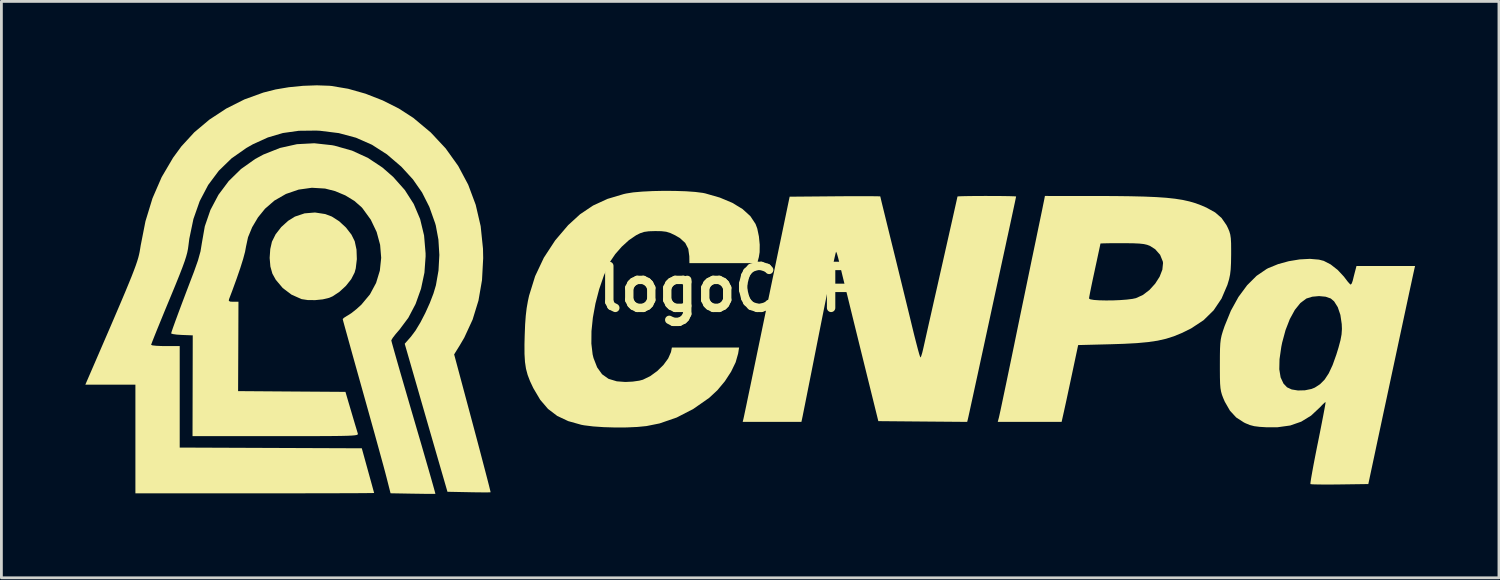
<source format=kicad_pcb>
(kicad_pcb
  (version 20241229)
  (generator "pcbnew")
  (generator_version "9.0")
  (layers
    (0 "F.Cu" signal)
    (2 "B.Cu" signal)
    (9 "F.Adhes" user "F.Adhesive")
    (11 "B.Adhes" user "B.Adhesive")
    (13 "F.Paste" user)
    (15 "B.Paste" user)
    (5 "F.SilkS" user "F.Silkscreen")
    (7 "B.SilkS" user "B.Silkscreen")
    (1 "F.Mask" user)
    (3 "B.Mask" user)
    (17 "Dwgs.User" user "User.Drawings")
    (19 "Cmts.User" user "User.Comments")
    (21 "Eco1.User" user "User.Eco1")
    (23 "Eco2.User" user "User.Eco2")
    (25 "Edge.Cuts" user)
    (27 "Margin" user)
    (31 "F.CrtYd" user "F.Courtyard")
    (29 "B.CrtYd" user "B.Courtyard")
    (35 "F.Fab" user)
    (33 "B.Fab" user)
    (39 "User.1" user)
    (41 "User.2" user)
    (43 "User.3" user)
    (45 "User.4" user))
  (footprint "logoCNPq"
    (layer "F.Cu")
    (at 23.766 7.277)
    (property "Reference" "logoCNPq" (at 0 0 0) (layer "F.SilkS") (effects (font (size 1.5 1.5) (thickness 0.3))))
    (attr board_only exclude_from_pos_files exclude_from_bom)
    (fp_poly (pts (xy -15.19 -2.675) (xy -14.956 -2.587) (xy -14.692 -2.418) (xy -14.448 -2.192) (xy -14.252 -1.938) (xy -14.136 -1.703) (xy -14.072 -1.403) (xy -14.06 -1.063) (xy -14.099 -0.734) (xy -14.14 -0.584) (xy -14.261 -0.348) (xy -14.451 -0.109) (xy -14.683 0.105) (xy -14.929 0.267) (xy -15.051 0.32) (xy -15.278 0.374) (xy -15.547 0.401) (xy -15.813 0.399) (xy -16.031 0.366) (xy -16.047 0.361) (xy -16.398 0.204) (xy -16.709 -0.031) (xy -16.958 -0.326) (xy -17.079 -0.545) (xy -17.151 -0.8) (xy -17.177 -1.107) (xy -17.155 -1.425) (xy -17.095 -1.688) (xy -16.964 -1.951) (xy -16.762 -2.211) (xy -16.513 -2.436) (xy -16.275 -2.584) (xy -15.928 -2.7) (xy -15.556 -2.731)) (stroke (width 0) (type solid)) (fill yes) (layer "F.SilkS"))
    (fp_poly (pts (xy -2.681 -3.502) (xy -2.299 -3.49) (xy -1.963 -3.466) (xy -1.694 -3.432) (xy -1.61 -3.415) (xy -1.085 -3.264) (xy -0.637 -3.076) (xy -0.272 -2.854) (xy 0.006 -2.601) (xy 0.192 -2.321) (xy 0.253 -2.158) (xy 0.312 -1.876) (xy 0.341 -1.581) (xy 0.338 -1.312) (xy 0.31 -1.137) (xy 0.252 -0.92) (xy -0.96 -0.92) (xy -2.172 -0.92) (xy -2.176 -1.168) (xy -2.213 -1.432) (xy -2.322 -1.644) (xy -2.516 -1.819) (xy -2.682 -1.916) (xy -2.853 -1.997) (xy -3.001 -2.043) (xy -3.167 -2.063) (xy -3.393 -2.067) (xy -3.395 -2.067) (xy -3.624 -2.06) (xy -3.791 -2.037) (xy -3.935 -1.989) (xy -4.076 -1.918) (xy -4.331 -1.745) (xy -4.591 -1.508) (xy -4.826 -1.24) (xy -5.006 -0.973) (xy -5.028 -0.931) (xy -5.23 -0.478) (xy -5.398 0.012) (xy -5.53 0.519) (xy -5.623 1.026) (xy -5.673 1.511) (xy -5.677 1.956) (xy -5.632 2.341) (xy -5.6 2.472) (xy -5.47 2.806) (xy -5.294 3.051) (xy -5.063 3.215) (xy -4.767 3.304) (xy -4.462 3.327) (xy -4.199 3.314) (xy -3.962 3.28) (xy -3.835 3.246) (xy -3.575 3.12) (xy -3.323 2.937) (xy -3.101 2.719) (xy -2.931 2.487) (xy -2.833 2.264) (xy -2.826 2.236) (xy -2.798 2.095) (xy -1.597 2.095) (xy -0.396 2.095) (xy -0.43 2.31) (xy -0.519 2.623) (xy -0.683 2.961) (xy -0.905 3.302) (xy -1.171 3.621) (xy -1.466 3.895) (xy -1.467 3.896) (xy -2.034 4.292) (xy -2.627 4.598) (xy -3.239 4.809) (xy -3.706 4.903) (xy -4.032 4.935) (xy -4.416 4.952) (xy -4.826 4.954) (xy -5.235 4.942) (xy -5.613 4.916) (xy -5.93 4.877) (xy -6.034 4.858) (xy -6.505 4.726) (xy -6.897 4.541) (xy -7.226 4.291) (xy -7.505 3.965) (xy -7.749 3.552) (xy -7.755 3.541) (xy -7.87 3.297) (xy -7.955 3.075) (xy -8.014 2.853) (xy -8.05 2.61) (xy -8.067 2.325) (xy -8.068 1.975) (xy -8.06 1.662) (xy -8.045 1.274) (xy -8.022 0.959) (xy -7.99 0.688) (xy -7.945 0.433) (xy -7.904 0.244) (xy -7.687 -0.455) (xy -7.376 -1.114) (xy -6.97 -1.735) (xy -6.506 -2.279) (xy -6.077 -2.671) (xy -5.614 -2.981) (xy -5.101 -3.217) (xy -4.52 -3.39) (xy -4.431 -3.41) (xy -4.181 -3.45) (xy -3.857 -3.478) (xy -3.483 -3.497) (xy -3.083 -3.505)) (stroke (width 0) (type solid)) (fill yes) (layer "F.SilkS"))
    (fp_poly (pts (xy 12.334 -3.321) (xy 13.006 -3.319) (xy 13.586 -3.312) (xy 14.085 -3.3) (xy 14.511 -3.282) (xy 14.876 -3.257) (xy 15.19 -3.223) (xy 15.463 -3.18) (xy 15.704 -3.126) (xy 15.925 -3.061) (xy 16.134 -2.982) (xy 16.311 -2.905) (xy 16.62 -2.734) (xy 16.851 -2.533) (xy 17.026 -2.28) (xy 17.08 -2.172) (xy 17.128 -2.057) (xy 17.161 -1.944) (xy 17.181 -1.81) (xy 17.191 -1.633) (xy 17.193 -1.388) (xy 17.193 -1.227) (xy 17.188 -0.923) (xy 17.176 -0.694) (xy 17.154 -0.509) (xy 17.118 -0.34) (xy 17.064 -0.16) (xy 17.058 -0.141) (xy 16.849 0.347) (xy 16.567 0.766) (xy 16.207 1.119) (xy 15.766 1.41) (xy 15.709 1.44) (xy 15.422 1.58) (xy 15.147 1.693) (xy 14.867 1.782) (xy 14.564 1.851) (xy 14.224 1.901) (xy 13.828 1.938) (xy 13.361 1.963) (xy 12.902 1.978) (xy 11.724 2.008) (xy 11.506 3.036) (xy 11.434 3.373) (xy 11.364 3.7) (xy 11.301 3.995) (xy 11.248 4.236) (xy 11.212 4.4) (xy 11.21 4.408) (xy 11.133 4.753) (xy 9.991 4.753) (xy 8.85 4.753) (xy 8.894 4.587) (xy 8.912 4.505) (xy 8.95 4.333) (xy 9.003 4.082) (xy 9.07 3.762) (xy 9.15 3.383) (xy 9.239 2.955) (xy 9.336 2.489) (xy 9.438 1.996) (xy 9.454 1.916) (xy 9.56 1.401) (xy 9.664 0.896) (xy 9.764 0.415) (xy 9.779 0.344) (xy 12.112 0.344) (xy 12.16 0.373) (xy 12.289 0.395) (xy 12.481 0.408) (xy 12.714 0.413) (xy 12.969 0.411) (xy 13.226 0.4) (xy 13.464 0.382) (xy 13.665 0.357) (xy 13.791 0.33) (xy 14.04 0.216) (xy 14.274 0.037) (xy 14.477 -0.187) (xy 14.636 -0.435) (xy 14.734 -0.687) (xy 14.758 -0.923) (xy 14.75 -0.98) (xy 14.654 -1.218) (xy 14.477 -1.419) (xy 14.289 -1.538) (xy 14.189 -1.576) (xy 14.071 -1.603) (xy 13.916 -1.62) (xy 13.704 -1.63) (xy 13.417 -1.634) (xy 13.301 -1.634) (xy 13.031 -1.634) (xy 12.802 -1.632) (xy 12.631 -1.628) (xy 12.535 -1.624) (xy 12.521 -1.621) (xy 12.511 -1.569) (xy 12.482 -1.433) (xy 12.438 -1.229) (xy 12.383 -0.971) (xy 12.319 -0.677) (xy 12.317 -0.664) (xy 12.252 -0.365) (xy 12.196 -0.097) (xy 12.152 0.121) (xy 12.123 0.274) (xy 12.112 0.343) (xy 12.112 0.344) (xy 9.779 0.344) (xy 9.856 -0.029) (xy 9.938 -0.425) (xy 10.007 -0.758) (xy 10.06 -1.017) (xy 10.096 -1.188) (xy 10.203 -1.7) (xy 10.296 -2.15) (xy 10.375 -2.529) (xy 10.438 -2.832) (xy 10.482 -3.05) (xy 10.508 -3.176) (xy 10.509 -3.181) (xy 10.536 -3.322)) (stroke (width 0) (type solid)) (fill yes) (layer "F.SilkS"))
    (fp_poly (pts (xy 20.332 -1.046) (xy 20.503 -1.002) (xy 20.749 -0.875) (xy 21 -0.679) (xy 21.223 -0.44) (xy 21.269 -0.379) (xy 21.365 -0.254) (xy 21.44 -0.172) (xy 21.468 -0.153) (xy 21.505 -0.197) (xy 21.539 -0.294) (xy 21.575 -0.441) (xy 21.619 -0.612) (xy 21.623 -0.626) (xy 21.673 -0.818) (xy 22.72 -0.818) (xy 23.767 -0.818) (xy 23.74 -0.703) (xy 23.724 -0.629) (xy 23.688 -0.465) (xy 23.636 -0.222) (xy 23.568 0.091) (xy 23.488 0.465) (xy 23.397 0.888) (xy 23.298 1.351) (xy 23.192 1.844) (xy 23.083 2.356) (xy 22.971 2.878) (xy 22.859 3.401) (xy 22.75 3.912) (xy 22.644 4.404) (xy 22.546 4.865) (xy 22.456 5.286) (xy 22.377 5.656) (xy 22.363 5.724) (xy 22.096 6.976) (xy 21.075 6.99) (xy 20.762 6.993) (xy 20.485 6.993) (xy 20.26 6.99) (xy 20.103 6.986) (xy 20.029 6.978) (xy 20.026 6.977) (xy 20.029 6.922) (xy 20.05 6.78) (xy 20.088 6.563) (xy 20.139 6.284) (xy 20.202 5.957) (xy 20.274 5.593) (xy 20.292 5.507) (xy 20.366 5.137) (xy 20.432 4.801) (xy 20.488 4.512) (xy 20.531 4.282) (xy 20.559 4.123) (xy 20.569 4.049) (xy 20.569 4.046) (xy 20.529 4.07) (xy 20.444 4.152) (xy 20.369 4.232) (xy 20.049 4.531) (xy 19.698 4.746) (xy 19.304 4.883) (xy 18.854 4.945) (xy 18.467 4.947) (xy 18.208 4.931) (xy 18.018 4.907) (xy 17.864 4.867) (xy 17.712 4.805) (xy 17.649 4.774) (xy 17.373 4.595) (xy 17.15 4.353) (xy 16.966 4.033) (xy 16.908 3.899) (xy 16.864 3.783) (xy 16.833 3.672) (xy 16.811 3.546) (xy 16.798 3.387) (xy 16.792 3.174) (xy 16.79 2.888) (xy 16.79 2.875) (xy 18.914 2.875) (xy 18.961 3.163) (xy 19.064 3.384) (xy 19.191 3.518) (xy 19.357 3.595) (xy 19.581 3.631) (xy 19.828 3.625) (xy 20.064 3.577) (xy 20.183 3.529) (xy 20.372 3.406) (xy 20.536 3.24) (xy 20.683 3.016) (xy 20.82 2.722) (xy 20.954 2.347) (xy 21.03 2.1) (xy 21.101 1.835) (xy 21.14 1.625) (xy 21.153 1.432) (xy 21.146 1.257) (xy 21.098 0.93) (xy 21.004 0.653) (xy 20.873 0.445) (xy 20.754 0.343) (xy 20.569 0.279) (xy 20.335 0.257) (xy 20.093 0.279) (xy 19.886 0.343) (xy 19.882 0.345) (xy 19.668 0.504) (xy 19.469 0.752) (xy 19.29 1.079) (xy 19.137 1.473) (xy 19.016 1.921) (xy 18.986 2.07) (xy 18.922 2.513) (xy 18.914 2.875) (xy 16.79 2.875) (xy 16.79 2.709) (xy 16.791 2.384) (xy 16.795 2.139) (xy 16.805 1.952) (xy 16.823 1.8) (xy 16.852 1.663) (xy 16.895 1.517) (xy 16.955 1.341) (xy 16.959 1.329) (xy 17.184 0.778) (xy 17.454 0.289) (xy 17.763 -0.129) (xy 18.102 -0.467) (xy 18.465 -0.714) (xy 18.519 -0.742) (xy 18.87 -0.885) (xy 19.252 -0.99) (xy 19.641 -1.054) (xy 20.009 -1.074)) (stroke (width 0) (type solid)) (fill yes) (layer "F.SilkS"))
    (fp_poly (pts (xy 8.773 -3.321) (xy 9.05 -3.319) (xy 9.274 -3.315) (xy 9.43 -3.31) (xy 9.502 -3.305) (xy 9.506 -3.303) (xy 9.495 -3.25) (xy 9.466 -3.11) (xy 9.42 -2.896) (xy 9.361 -2.62) (xy 9.291 -2.295) (xy 9.213 -1.934) (xy 9.196 -1.859) (xy 9.12 -1.505) (xy 9.025 -1.069) (xy 8.917 -0.57) (xy 8.799 -0.026) (xy 8.675 0.545) (xy 8.55 1.124) (xy 8.427 1.692) (xy 8.351 2.044) (xy 8.244 2.536) (xy 8.144 3) (xy 8.051 3.426) (xy 7.969 3.804) (xy 7.899 4.124) (xy 7.844 4.376) (xy 7.806 4.549) (xy 7.787 4.634) (xy 7.786 4.639) (xy 7.757 4.754) (xy 6.169 4.741) (xy 4.581 4.727) (xy 3.93 2.095) (xy 3.803 1.579) (xy 3.68 1.081) (xy 3.565 0.612) (xy 3.46 0.184) (xy 3.368 -0.192) (xy 3.291 -0.506) (xy 3.233 -0.747) (xy 3.196 -0.902) (xy 3.189 -0.933) (xy 3.143 -1.117) (xy 3.103 -1.256) (xy 3.074 -1.325) (xy 3.07 -1.328) (xy 3.055 -1.279) (xy 3.022 -1.139) (xy 2.973 -0.917) (xy 2.911 -0.62) (xy 2.836 -0.26) (xy 2.751 0.156) (xy 2.657 0.619) (xy 2.557 1.119) (xy 2.482 1.496) (xy 2.377 2.025) (xy 2.277 2.531) (xy 2.184 3.001) (xy 2.099 3.427) (xy 2.025 3.799) (xy 1.964 4.106) (xy 1.917 4.339) (xy 1.887 4.489) (xy 1.878 4.536) (xy 1.832 4.753) (xy 0.782 4.753) (xy -0.267 4.753) (xy -0.239 4.638) (xy -0.223 4.565) (xy -0.189 4.403) (xy -0.138 4.162) (xy -0.074 3.853) (xy 0.003 3.486) (xy 0.089 3.072) (xy 0.182 2.622) (xy 0.259 2.249) (xy 0.373 1.7) (xy 0.494 1.115) (xy 0.619 0.514) (xy 0.742 -0.079) (xy 0.859 -0.642) (xy 0.965 -1.154) (xy 1.056 -1.592) (xy 1.071 -1.661) (xy 1.411 -3.296) (xy 3.031 -3.31) (xy 3.426 -3.313) (xy 3.786 -3.314) (xy 4.1 -3.314) (xy 4.354 -3.313) (xy 4.537 -3.311) (xy 4.636 -3.308) (xy 4.651 -3.305) (xy 4.663 -3.253) (xy 4.696 -3.113) (xy 4.749 -2.897) (xy 4.818 -2.616) (xy 4.9 -2.281) (xy 4.993 -1.903) (xy 5.079 -1.554) (xy 5.196 -1.082) (xy 5.318 -0.584) (xy 5.441 -0.082) (xy 5.559 0.399) (xy 5.666 0.837) (xy 5.756 1.207) (xy 5.782 1.315) (xy 5.861 1.639) (xy 5.935 1.928) (xy 5.997 2.166) (xy 6.046 2.341) (xy 6.078 2.437) (xy 6.086 2.452) (xy 6.112 2.407) (xy 6.149 2.289) (xy 6.181 2.159) (xy 6.205 2.052) (xy 6.249 1.857) (xy 6.31 1.583) (xy 6.387 1.241) (xy 6.477 0.843) (xy 6.577 0.399) (xy 6.686 -0.08) (xy 6.799 -0.584) (xy 6.828 -0.709) (xy 6.94 -1.206) (xy 7.045 -1.672) (xy 7.141 -2.098) (xy 7.226 -2.474) (xy 7.297 -2.792) (xy 7.353 -3.041) (xy 7.391 -3.212) (xy 7.409 -3.296) (xy 7.41 -3.303) (xy 7.459 -3.309) (xy 7.595 -3.314) (xy 7.802 -3.318) (xy 8.067 -3.321) (xy 8.373 -3.322) (xy 8.458 -3.322)) (stroke (width 0) (type solid)) (fill yes) (layer "F.SilkS"))
    (fp_poly (pts (xy -14.949 -5.137) (xy -14.856 -5.119) (xy -14.233 -4.943) (xy -13.664 -4.683) (xy -13.14 -4.334) (xy -12.759 -4) (xy -12.346 -3.535) (xy -12.027 -3.036) (xy -11.798 -2.496) (xy -11.657 -1.911) (xy -11.603 -1.272) (xy -11.602 -1.165) (xy -11.644 -0.58) (xy -11.766 -0.006) (xy -11.96 0.538) (xy -12.22 1.033) (xy -12.538 1.459) (xy -12.548 1.47) (xy -12.678 1.621) (xy -12.776 1.748) (xy -12.825 1.83) (xy -12.828 1.841) (xy -12.814 1.901) (xy -12.773 2.049) (xy -12.709 2.277) (xy -12.624 2.576) (xy -12.521 2.936) (xy -12.401 3.349) (xy -12.268 3.806) (xy -12.125 4.297) (xy -12.033 4.611) (xy -11.885 5.117) (xy -11.746 5.591) (xy -11.62 6.027) (xy -11.508 6.415) (xy -11.413 6.745) (xy -11.338 7.01) (xy -11.285 7.2) (xy -11.257 7.306) (xy -11.253 7.327) (xy -11.307 7.328) (xy -11.445 7.328) (xy -11.65 7.326) (xy -11.903 7.322) (xy -12.062 7.32) (xy -12.855 7.306) (xy -13.001 6.732) (xy -13.044 6.568) (xy -13.111 6.318) (xy -13.2 5.994) (xy -13.306 5.608) (xy -13.426 5.173) (xy -13.558 4.7) (xy -13.697 4.202) (xy -13.84 3.691) (xy -13.856 3.634) (xy -13.993 3.145) (xy -14.122 2.685) (xy -14.239 2.266) (xy -14.342 1.895) (xy -14.429 1.581) (xy -14.497 1.336) (xy -14.543 1.167) (xy -14.564 1.084) (xy -14.565 1.077) (xy -14.525 1.036) (xy -14.422 0.97) (xy -14.376 0.944) (xy -14.244 0.858) (xy -14.077 0.725) (xy -13.909 0.573) (xy -13.897 0.562) (xy -13.592 0.196) (xy -13.372 -0.213) (xy -13.238 -0.653) (xy -13.19 -1.111) (xy -13.228 -1.575) (xy -13.352 -2.034) (xy -13.562 -2.474) (xy -13.859 -2.883) (xy -13.89 -2.918) (xy -14.147 -3.144) (xy -14.473 -3.343) (xy -14.839 -3.496) (xy -15.197 -3.587) (xy -15.67 -3.615) (xy -16.142 -3.549) (xy -16.594 -3.394) (xy -17.008 -3.156) (xy -17.342 -2.866) (xy -17.595 -2.554) (xy -17.802 -2.205) (xy -17.95 -1.846) (xy -18.023 -1.507) (xy -18.024 -1.5) (xy -18.056 -1.327) (xy -18.124 -1.072) (xy -18.226 -0.746) (xy -18.358 -0.363) (xy -18.514 0.066) (xy -18.63 0.371) (xy -18.637 0.43) (xy -18.582 0.455) (xy -18.479 0.46) (xy -18.292 0.46) (xy -18.298 2.057) (xy -18.305 3.654) (xy -16.386 3.668) (xy -14.467 3.681) (xy -14.359 4.051) (xy -14.287 4.294) (xy -14.207 4.565) (xy -14.128 4.831) (xy -14.06 5.056) (xy -14.024 5.175) (xy -14.023 5.193) (xy -14.036 5.209) (xy -14.072 5.223) (xy -14.139 5.234) (xy -14.243 5.243) (xy -14.393 5.25) (xy -14.595 5.255) (xy -14.859 5.259) (xy -15.19 5.261) (xy -15.598 5.263) (xy -16.089 5.264) (xy -16.671 5.264) (xy -16.965 5.264) (xy -19.934 5.264) (xy -19.93 3.462) (xy -19.926 1.661) (xy -20.312 1.646) (xy -20.496 1.634) (xy -20.632 1.615) (xy -20.696 1.594) (xy -20.698 1.589) (xy -20.68 1.527) (xy -20.629 1.378) (xy -20.548 1.153) (xy -20.44 0.86) (xy -20.309 0.51) (xy -20.158 0.11) (xy -19.991 -0.329) (xy -19.882 -0.613) (xy -19.74 -1.014) (xy -19.648 -1.344) (xy -19.603 -1.621) (xy -19.603 -1.622) (xy -19.495 -2.237) (xy -19.294 -2.821) (xy -19.007 -3.364) (xy -18.641 -3.854) (xy -18.202 -4.284) (xy -17.696 -4.643) (xy -17.402 -4.802) (xy -16.808 -5.038) (xy -16.201 -5.173) (xy -15.582 -5.206)) (stroke (width 0) (type solid)) (fill yes) (layer "F.SilkS"))
    (fp_poly (pts (xy -15.039 -7.261) (xy -14.968 -7.254) (xy -14.371 -7.154) (xy -13.751 -6.978) (xy -13.137 -6.738) (xy -12.558 -6.447) (xy -12.044 -6.115) (xy -12.044 -6.115) (xy -11.421 -5.595) (xy -10.885 -5.022) (xy -10.438 -4.397) (xy -10.079 -3.724) (xy -9.811 -3.005) (xy -9.634 -2.243) (xy -9.551 -1.439) (xy -9.544 -1.099) (xy -9.586 -0.314) (xy -9.712 0.415) (xy -9.922 1.098) (xy -10.22 1.743) (xy -10.386 2.026) (xy -10.582 2.341) (xy -9.924 4.798) (xy -9.795 5.281) (xy -9.675 5.733) (xy -9.567 6.144) (xy -9.472 6.506) (xy -9.393 6.809) (xy -9.333 7.043) (xy -9.295 7.198) (xy -9.279 7.267) (xy -9.279 7.269) (xy -9.332 7.273) (xy -9.469 7.274) (xy -9.672 7.273) (xy -9.923 7.27) (xy -10.057 7.267) (xy -10.821 7.252) (xy -11.083 6.348) (xy -11.163 6.072) (xy -11.265 5.719) (xy -11.384 5.308) (xy -11.514 4.859) (xy -11.648 4.393) (xy -11.782 3.929) (xy -11.847 3.702) (xy -12.349 1.961) (xy -12.127 1.709) (xy -11.963 1.49) (xy -11.787 1.198) (xy -11.613 0.861) (xy -11.453 0.507) (xy -11.32 0.161) (xy -11.234 -0.128) (xy -11.141 -0.658) (xy -11.111 -1.214) (xy -11.144 -1.761) (xy -11.238 -2.266) (xy -11.261 -2.346) (xy -11.469 -2.932) (xy -11.729 -3.447) (xy -12.056 -3.916) (xy -12.465 -4.363) (xy -12.478 -4.375) (xy -12.987 -4.811) (xy -13.521 -5.153) (xy -14.091 -5.404) (xy -14.705 -5.569) (xy -15.375 -5.652) (xy -15.511 -5.659) (xy -16.134 -5.652) (xy -16.703 -5.572) (xy -17.242 -5.413) (xy -17.776 -5.17) (xy -18.008 -5.038) (xy -18.54 -4.665) (xy -18.995 -4.223) (xy -19.375 -3.714) (xy -19.677 -3.139) (xy -19.902 -2.498) (xy -20.049 -1.793) (xy -20.079 -1.559) (xy -20.096 -1.433) (xy -20.122 -1.304) (xy -20.161 -1.158) (xy -20.217 -0.984) (xy -20.295 -0.769) (xy -20.399 -0.501) (xy -20.533 -0.168) (xy -20.702 0.242) (xy -20.769 0.403) (xy -20.924 0.777) (xy -21.065 1.122) (xy -21.189 1.425) (xy -21.29 1.676) (xy -21.364 1.863) (xy -21.406 1.974) (xy -21.414 2) (xy -21.366 2.019) (xy -21.238 2.033) (xy -21.051 2.042) (xy -20.903 2.044) (xy -20.392 2.044) (xy -20.392 3.858) (xy -20.392 5.672) (xy -17.138 5.685) (xy -13.883 5.698) (xy -13.664 6.491) (xy -13.59 6.759) (xy -13.526 6.989) (xy -13.478 7.166) (xy -13.449 7.272) (xy -13.443 7.295) (xy -13.492 7.297) (xy -13.637 7.299) (xy -13.868 7.301) (xy -14.18 7.303) (xy -14.563 7.304) (xy -15.012 7.305) (xy -15.517 7.306) (xy -16.073 7.307) (xy -16.671 7.308) (xy -17.303 7.308) (xy -17.708 7.308) (xy -21.976 7.308) (xy -21.976 5.366) (xy -21.976 3.424) (xy -22.871 3.424) (xy -23.766 3.424) (xy -23.694 3.258) (xy -23.381 2.535) (xy -23.106 1.899) (xy -22.866 1.344) (xy -22.66 0.863) (xy -22.483 0.449) (xy -22.334 0.096) (xy -22.211 -0.202) (xy -22.109 -0.453) (xy -22.028 -0.662) (xy -21.963 -0.837) (xy -21.913 -0.984) (xy -21.875 -1.109) (xy -21.847 -1.219) (xy -21.825 -1.321) (xy -21.808 -1.421) (xy -21.791 -1.526) (xy -21.791 -1.53) (xy -21.616 -2.419) (xy -21.365 -3.24) (xy -21.037 -3.996) (xy -20.63 -4.688) (xy -20.333 -5.094) (xy -19.871 -5.597) (xy -19.331 -6.051) (xy -18.729 -6.446) (xy -18.081 -6.772) (xy -17.403 -7.018) (xy -16.962 -7.13) (xy -16.492 -7.209) (xy -15.987 -7.259) (xy -15.49 -7.277)) (stroke (width 0) (type solid)) (fill yes) (layer "F.SilkS")))
  (gr_rect
    (start -3 -3)
    (end 50.532 17.605)
    (stroke (width 0.1) (type default))
    (fill no)
    (layer "Edge.Cuts")))
</source>
